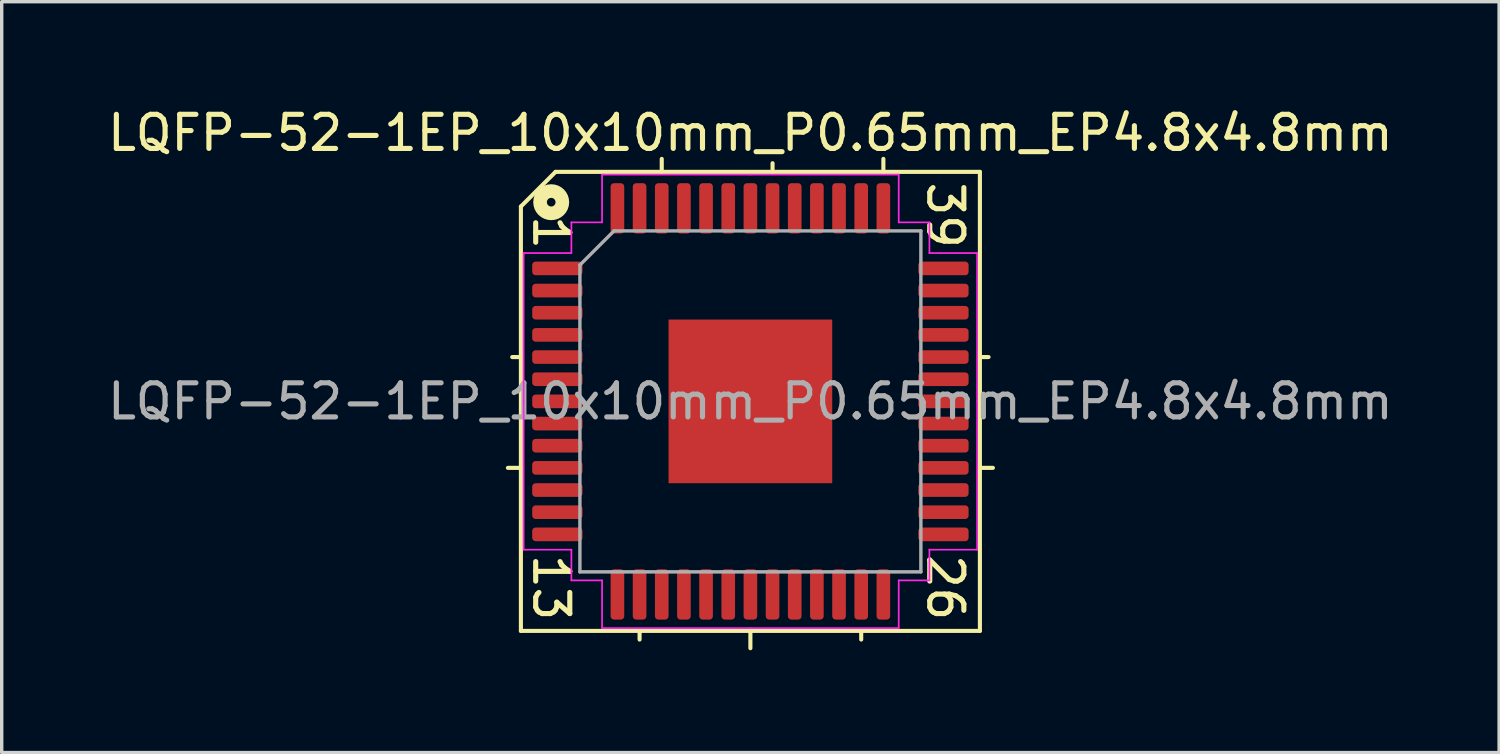
<source format=kicad_pcb>
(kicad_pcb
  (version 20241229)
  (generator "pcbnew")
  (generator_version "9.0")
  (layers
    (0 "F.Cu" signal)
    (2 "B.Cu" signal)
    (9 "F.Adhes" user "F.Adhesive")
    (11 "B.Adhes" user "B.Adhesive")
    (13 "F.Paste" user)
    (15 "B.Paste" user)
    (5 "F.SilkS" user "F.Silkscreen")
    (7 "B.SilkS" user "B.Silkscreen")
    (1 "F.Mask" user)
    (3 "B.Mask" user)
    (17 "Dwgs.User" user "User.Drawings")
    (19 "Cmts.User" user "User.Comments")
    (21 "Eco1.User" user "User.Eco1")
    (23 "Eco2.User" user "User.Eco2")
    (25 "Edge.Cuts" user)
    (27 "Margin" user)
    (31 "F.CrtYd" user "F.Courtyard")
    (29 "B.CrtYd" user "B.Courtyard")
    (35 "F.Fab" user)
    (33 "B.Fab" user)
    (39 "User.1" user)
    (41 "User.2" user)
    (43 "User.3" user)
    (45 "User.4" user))
  (footprint "LQFP-52-1EP_10x10mm_P0.65mm_EP4.8x4.8mm"
    (layer "F.Cu")
    (at 18.958 8.722)
    (property "Reference" "LQFP-52-1EP_10x10mm_P0.65mm_EP4.8x4.8mm" (at 0 -7.874 0) (layer "F.SilkS") (effects (font (size 1 1) (thickness 0.15))))
    (attr smd)
    (fp_line (start -6.731 -5.715) (end -6.731 6.731) (stroke (width 0.12) (type solid)) (layer "F.SilkS"))
    (fp_line (start -6.731 -1.3) (end -6.985 -1.3) (stroke (width 0.12) (type solid)) (layer "F.SilkS"))
    (fp_line (start -6.731 1.95) (end -7.112 1.95) (stroke (width 0.12) (type solid)) (layer "F.SilkS"))
    (fp_line (start -6.731 6.731) (end 6.731 6.731) (stroke (width 0.12) (type solid)) (layer "F.SilkS"))
    (fp_line (start -5.715 -6.731) (end -6.731 -5.715) (stroke (width 0.12) (type solid)) (layer "F.SilkS"))
    (fp_line (start -3.25 6.731) (end -3.25 6.985) (stroke (width 0.12) (type solid)) (layer "F.SilkS"))
    (fp_line (start -2.6 -6.731) (end -2.6 -7.112) (stroke (width 0.12) (type solid)) (layer "F.SilkS"))
    (fp_line (start 0 6.731) (end 0 7.239) (stroke (width 0.12) (type solid)) (layer "F.SilkS"))
    (fp_line (start 0.65 -6.731) (end 0.65 -6.985) (stroke (width 0.12) (type solid)) (layer "F.SilkS"))
    (fp_line (start 3.25 6.731) (end 3.25 6.985) (stroke (width 0.12) (type solid)) (layer "F.SilkS"))
    (fp_line (start 3.9 -6.731) (end 3.9 -7.112) (stroke (width 0.12) (type solid)) (layer "F.SilkS"))
    (fp_line (start 6.731 -6.731) (end -5.715 -6.731) (stroke (width 0.12) (type solid)) (layer "F.SilkS"))
    (fp_line (start 6.731 -1.3) (end 6.985 -1.3) (stroke (width 0.12) (type solid)) (layer "F.SilkS"))
    (fp_line (start 6.731 1.95) (end 7.112 1.95) (stroke (width 0.12) (type solid)) (layer "F.SilkS"))
    (fp_line (start 6.731 6.731) (end 6.731 -6.731) (stroke (width 0.12) (type solid)) (layer "F.SilkS"))
    (fp_circle (center -5.842 -5.842) (end -5.715 -5.842) (stroke (width 0.4) (type solid)) (fill no) (layer "F.SilkS"))
    (fp_line (start -6.65 -4.35) (end -6.65 0) (stroke (width 0.05) (type solid)) (layer "F.CrtYd"))
    (fp_line (start -6.65 4.35) (end -6.65 0) (stroke (width 0.05) (type solid)) (layer "F.CrtYd"))
    (fp_line (start -5.25 -5.25) (end -5.25 -4.35) (stroke (width 0.05) (type solid)) (layer "F.CrtYd"))
    (fp_line (start -5.25 -4.35) (end -6.65 -4.35) (stroke (width 0.05) (type solid)) (layer "F.CrtYd"))
    (fp_line (start -5.25 4.35) (end -6.65 4.35) (stroke (width 0.05) (type solid)) (layer "F.CrtYd"))
    (fp_line (start -5.25 5.25) (end -5.25 4.35) (stroke (width 0.05) (type solid)) (layer "F.CrtYd"))
    (fp_line (start -4.35 -6.65) (end -4.35 -5.25) (stroke (width 0.05) (type solid)) (layer "F.CrtYd"))
    (fp_line (start -4.35 -5.25) (end -5.25 -5.25) (stroke (width 0.05) (type solid)) (layer "F.CrtYd"))
    (fp_line (start -4.35 5.25) (end -5.25 5.25) (stroke (width 0.05) (type solid)) (layer "F.CrtYd"))
    (fp_line (start -4.35 6.65) (end -4.35 5.25) (stroke (width 0.05) (type solid)) (layer "F.CrtYd"))
    (fp_line (start 0 -6.65) (end -4.35 -6.65) (stroke (width 0.05) (type solid)) (layer "F.CrtYd"))
    (fp_line (start 0 -6.65) (end 4.35 -6.65) (stroke (width 0.05) (type solid)) (layer "F.CrtYd"))
    (fp_line (start 0 6.65) (end -4.35 6.65) (stroke (width 0.05) (type solid)) (layer "F.CrtYd"))
    (fp_line (start 0 6.65) (end 4.35 6.65) (stroke (width 0.05) (type solid)) (layer "F.CrtYd"))
    (fp_line (start 4.35 -6.65) (end 4.35 -5.25) (stroke (width 0.05) (type solid)) (layer "F.CrtYd"))
    (fp_line (start 4.35 -5.25) (end 5.25 -5.25) (stroke (width 0.05) (type solid)) (layer "F.CrtYd"))
    (fp_line (start 4.35 5.25) (end 5.25 5.25) (stroke (width 0.05) (type solid)) (layer "F.CrtYd"))
    (fp_line (start 4.35 6.65) (end 4.35 5.25) (stroke (width 0.05) (type solid)) (layer "F.CrtYd"))
    (fp_line (start 5.25 -5.25) (end 5.25 -4.35) (stroke (width 0.05) (type solid)) (layer "F.CrtYd"))
    (fp_line (start 5.25 -4.35) (end 6.65 -4.35) (stroke (width 0.05) (type solid)) (layer "F.CrtYd"))
    (fp_line (start 5.25 4.35) (end 6.65 4.35) (stroke (width 0.05) (type solid)) (layer "F.CrtYd"))
    (fp_line (start 5.25 5.25) (end 5.25 4.35) (stroke (width 0.05) (type solid)) (layer "F.CrtYd"))
    (fp_line (start 6.65 -4.35) (end 6.65 0) (stroke (width 0.05) (type solid)) (layer "F.CrtYd"))
    (fp_line (start 6.65 4.35) (end 6.65 0) (stroke (width 0.05) (type solid)) (layer "F.CrtYd"))
    (fp_line (start -5 -4) (end -4 -5) (stroke (width 0.1) (type solid)) (layer "F.Fab"))
    (fp_line (start -5 5) (end -5 -4) (stroke (width 0.1) (type solid)) (layer "F.Fab"))
    (fp_line (start -4 -5) (end 5 -5) (stroke (width 0.1) (type solid)) (layer "F.Fab"))
    (fp_line (start 5 -5) (end 5 5) (stroke (width 0.1) (type solid)) (layer "F.Fab"))
    (fp_line (start 5 5) (end -5 5) (stroke (width 0.1) (type solid)) (layer "F.Fab"))
    (fp_text user "39" (at 5.715 -5.461 270) (unlocked yes) (layer "F.SilkS") (effects (font (size 1 1) (thickness 0.15))))
    (fp_text user "26" (at 5.715 5.461 270) (unlocked yes) (layer "F.SilkS") (effects (font (size 1 1) (thickness 0.15))))
    (fp_text user "1" (at -5.842 -4.953 270) (unlocked yes) (layer "F.SilkS") (effects (font (size 1 1) (thickness 0.15))))
    (fp_text user "13" (at -5.842 5.461 270) (unlocked yes) (layer "F.SilkS") (effects (font (size 1 1) (thickness 0.15))))
    (fp_text user "${REFERENCE}" (at 0 0 0) (layer "F.Fab") (effects (font (size 1 1) (thickness 0.15))))
    (pad "" smd roundrect (at -1.6 -1.6) (size 1.29 1.29) (layers "F.Paste") (roundrect_rratio 0.194))
    (pad "" smd roundrect (at -1.6 0) (size 1.29 1.29) (layers "F.Paste") (roundrect_rratio 0.194))
    (pad "" smd roundrect (at -1.6 1.6) (size 1.29 1.29) (layers "F.Paste") (roundrect_rratio 0.194))
    (pad "" smd roundrect (at 0 -1.6) (size 1.29 1.29) (layers "F.Paste") (roundrect_rratio 0.194))
    (pad "" smd roundrect (at 0 0) (size 1.29 1.29) (layers "F.Paste") (roundrect_rratio 0.194))
    (pad "" smd roundrect (at 0 1.6) (size 1.29 1.29) (layers "F.Paste") (roundrect_rratio 0.194))
    (pad "" smd roundrect (at 1.6 -1.6) (size 1.29 1.29) (layers "F.Paste") (roundrect_rratio 0.194))
    (pad "" smd roundrect (at 1.6 0) (size 1.29 1.29) (layers "F.Paste") (roundrect_rratio 0.194))
    (pad "" smd roundrect (at 1.6 1.6) (size 1.29 1.29) (layers "F.Paste") (roundrect_rratio 0.194))
    (pad "1" smd roundrect (at -5.662 -3.9) (size 1.475 0.4) (layers "F.Cu" "F.Mask" "F.Paste") (roundrect_rratio 0.25))
    (pad "2" smd roundrect (at -5.662 -3.25) (size 1.475 0.4) (layers "F.Cu" "F.Mask" "F.Paste") (roundrect_rratio 0.25))
    (pad "3" smd roundrect (at -5.662 -2.6) (size 1.475 0.4) (layers "F.Cu" "F.Mask" "F.Paste") (roundrect_rratio 0.25))
    (pad "4" smd roundrect (at -5.662 -1.95) (size 1.475 0.4) (layers "F.Cu" "F.Mask" "F.Paste") (roundrect_rratio 0.25))
    (pad "5" smd roundrect (at -5.662 -1.3) (size 1.475 0.4) (layers "F.Cu" "F.Mask" "F.Paste") (roundrect_rratio 0.25))
    (pad "6" smd roundrect (at -5.662 -0.65) (size 1.475 0.4) (layers "F.Cu" "F.Mask" "F.Paste") (roundrect_rratio 0.25))
    (pad "7" smd roundrect (at -5.662 0) (size 1.475 0.4) (layers "F.Cu" "F.Mask" "F.Paste") (roundrect_rratio 0.25))
    (pad "8" smd roundrect (at -5.662 0.65) (size 1.475 0.4) (layers "F.Cu" "F.Mask" "F.Paste") (roundrect_rratio 0.25))
    (pad "9" smd roundrect (at -5.662 1.3) (size 1.475 0.4) (layers "F.Cu" "F.Mask" "F.Paste") (roundrect_rratio 0.25))
    (pad "10" smd roundrect (at -5.662 1.95) (size 1.475 0.4) (layers "F.Cu" "F.Mask" "F.Paste") (roundrect_rratio 0.25))
    (pad "11" smd roundrect (at -5.662 2.6) (size 1.475 0.4) (layers "F.Cu" "F.Mask" "F.Paste") (roundrect_rratio 0.25))
    (pad "12" smd roundrect (at -5.662 3.25) (size 1.475 0.4) (layers "F.Cu" "F.Mask" "F.Paste") (roundrect_rratio 0.25))
    (pad "13" smd roundrect (at -5.662 3.9) (size 1.475 0.4) (layers "F.Cu" "F.Mask" "F.Paste") (roundrect_rratio 0.25))
    (pad "14" smd roundrect (at -3.9 5.662) (size 0.4 1.475) (layers "F.Cu" "F.Mask" "F.Paste") (roundrect_rratio 0.25))
    (pad "15" smd roundrect (at -3.25 5.662) (size 0.4 1.475) (layers "F.Cu" "F.Mask" "F.Paste") (roundrect_rratio 0.25))
    (pad "16" smd roundrect (at -2.6 5.662) (size 0.4 1.475) (layers "F.Cu" "F.Mask" "F.Paste") (roundrect_rratio 0.25))
    (pad "17" smd roundrect (at -1.95 5.662) (size 0.4 1.475) (layers "F.Cu" "F.Mask" "F.Paste") (roundrect_rratio 0.25))
    (pad "18" smd roundrect (at -1.3 5.662) (size 0.4 1.475) (layers "F.Cu" "F.Mask" "F.Paste") (roundrect_rratio 0.25))
    (pad "19" smd roundrect (at -0.65 5.662) (size 0.4 1.475) (layers "F.Cu" "F.Mask" "F.Paste") (roundrect_rratio 0.25))
    (pad "20" smd roundrect (at 0 5.662) (size 0.4 1.475) (layers "F.Cu" "F.Mask" "F.Paste") (roundrect_rratio 0.25))
    (pad "21" smd roundrect (at 0.65 5.662) (size 0.4 1.475) (layers "F.Cu" "F.Mask" "F.Paste") (roundrect_rratio 0.25))
    (pad "22" smd roundrect (at 1.3 5.662) (size 0.4 1.475) (layers "F.Cu" "F.Mask" "F.Paste") (roundrect_rratio 0.25))
    (pad "23" smd roundrect (at 1.95 5.662) (size 0.4 1.475) (layers "F.Cu" "F.Mask" "F.Paste") (roundrect_rratio 0.25))
    (pad "24" smd roundrect (at 2.6 5.662) (size 0.4 1.475) (layers "F.Cu" "F.Mask" "F.Paste") (roundrect_rratio 0.25))
    (pad "25" smd roundrect (at 3.25 5.662) (size 0.4 1.475) (layers "F.Cu" "F.Mask" "F.Paste") (roundrect_rratio 0.25))
    (pad "26" smd roundrect (at 3.9 5.662) (size 0.4 1.475) (layers "F.Cu" "F.Mask" "F.Paste") (roundrect_rratio 0.25))
    (pad "27" smd roundrect (at 5.662 3.9) (size 1.475 0.4) (layers "F.Cu" "F.Mask" "F.Paste") (roundrect_rratio 0.25))
    (pad "28" smd roundrect (at 5.662 3.25) (size 1.475 0.4) (layers "F.Cu" "F.Mask" "F.Paste") (roundrect_rratio 0.25))
    (pad "29" smd roundrect (at 5.662 2.6) (size 1.475 0.4) (layers "F.Cu" "F.Mask" "F.Paste") (roundrect_rratio 0.25))
    (pad "30" smd roundrect (at 5.662 1.95) (size 1.475 0.4) (layers "F.Cu" "F.Mask" "F.Paste") (roundrect_rratio 0.25))
    (pad "31" smd roundrect (at 5.662 1.3) (size 1.475 0.4) (layers "F.Cu" "F.Mask" "F.Paste") (roundrect_rratio 0.25))
    (pad "32" smd roundrect (at 5.662 0.65) (size 1.475 0.4) (layers "F.Cu" "F.Mask" "F.Paste") (roundrect_rratio 0.25))
    (pad "33" smd roundrect (at 5.662 0) (size 1.475 0.4) (layers "F.Cu" "F.Mask" "F.Paste") (roundrect_rratio 0.25))
    (pad "34" smd roundrect (at 5.662 -0.65) (size 1.475 0.4) (layers "F.Cu" "F.Mask" "F.Paste") (roundrect_rratio 0.25))
    (pad "35" smd roundrect (at 5.662 -1.3) (size 1.475 0.4) (layers "F.Cu" "F.Mask" "F.Paste") (roundrect_rratio 0.25))
    (pad "36" smd roundrect (at 5.662 -1.95) (size 1.475 0.4) (layers "F.Cu" "F.Mask" "F.Paste") (roundrect_rratio 0.25))
    (pad "37" smd roundrect (at 5.662 -2.6) (size 1.475 0.4) (layers "F.Cu" "F.Mask" "F.Paste") (roundrect_rratio 0.25))
    (pad "38" smd roundrect (at 5.662 -3.25) (size 1.475 0.4) (layers "F.Cu" "F.Mask" "F.Paste") (roundrect_rratio 0.25))
    (pad "39" smd roundrect (at 5.662 -3.9) (size 1.475 0.4) (layers "F.Cu" "F.Mask" "F.Paste") (roundrect_rratio 0.25))
    (pad "40" smd roundrect (at 3.9 -5.662) (size 0.4 1.475) (layers "F.Cu" "F.Mask" "F.Paste") (roundrect_rratio 0.25))
    (pad "41" smd roundrect (at 3.25 -5.662) (size 0.4 1.475) (layers "F.Cu" "F.Mask" "F.Paste") (roundrect_rratio 0.25))
    (pad "42" smd roundrect (at 2.6 -5.662) (size 0.4 1.475) (layers "F.Cu" "F.Mask" "F.Paste") (roundrect_rratio 0.25))
    (pad "43" smd roundrect (at 1.95 -5.662) (size 0.4 1.475) (layers "F.Cu" "F.Mask" "F.Paste") (roundrect_rratio 0.25))
    (pad "44" smd roundrect (at 1.3 -5.662) (size 0.4 1.475) (layers "F.Cu" "F.Mask" "F.Paste") (roundrect_rratio 0.25))
    (pad "45" smd roundrect (at 0.65 -5.662) (size 0.4 1.475) (layers "F.Cu" "F.Mask" "F.Paste") (roundrect_rratio 0.25))
    (pad "46" smd roundrect (at 0 -5.662) (size 0.4 1.475) (layers "F.Cu" "F.Mask" "F.Paste") (roundrect_rratio 0.25))
    (pad "47" smd roundrect (at -0.65 -5.662) (size 0.4 1.475) (layers "F.Cu" "F.Mask" "F.Paste") (roundrect_rratio 0.25))
    (pad "48" smd roundrect (at -1.3 -5.662) (size 0.4 1.475) (layers "F.Cu" "F.Mask" "F.Paste") (roundrect_rratio 0.25))
    (pad "49" smd roundrect (at -1.95 -5.662) (size 0.4 1.475) (layers "F.Cu" "F.Mask" "F.Paste") (roundrect_rratio 0.25))
    (pad "50" smd roundrect (at -2.6 -5.662) (size 0.4 1.475) (layers "F.Cu" "F.Mask" "F.Paste") (roundrect_rratio 0.25))
    (pad "51" smd roundrect (at -3.25 -5.662) (size 0.4 1.475) (layers "F.Cu" "F.Mask" "F.Paste") (roundrect_rratio 0.25))
    (pad "52" smd roundrect (at -3.9 -5.662) (size 0.4 1.475) (layers "F.Cu" "F.Mask" "F.Paste") (roundrect_rratio 0.25))
    (pad "53" smd rect (at 0 0) (size 4.8 4.8) (layers "F.Cu" "F.Mask")))
  (gr_rect
    (start -3 -3)
    (end 40.917 19.021)
    (stroke (width 0.1) (type default))
    (fill no)
    (layer "Edge.Cuts")))
</source>
